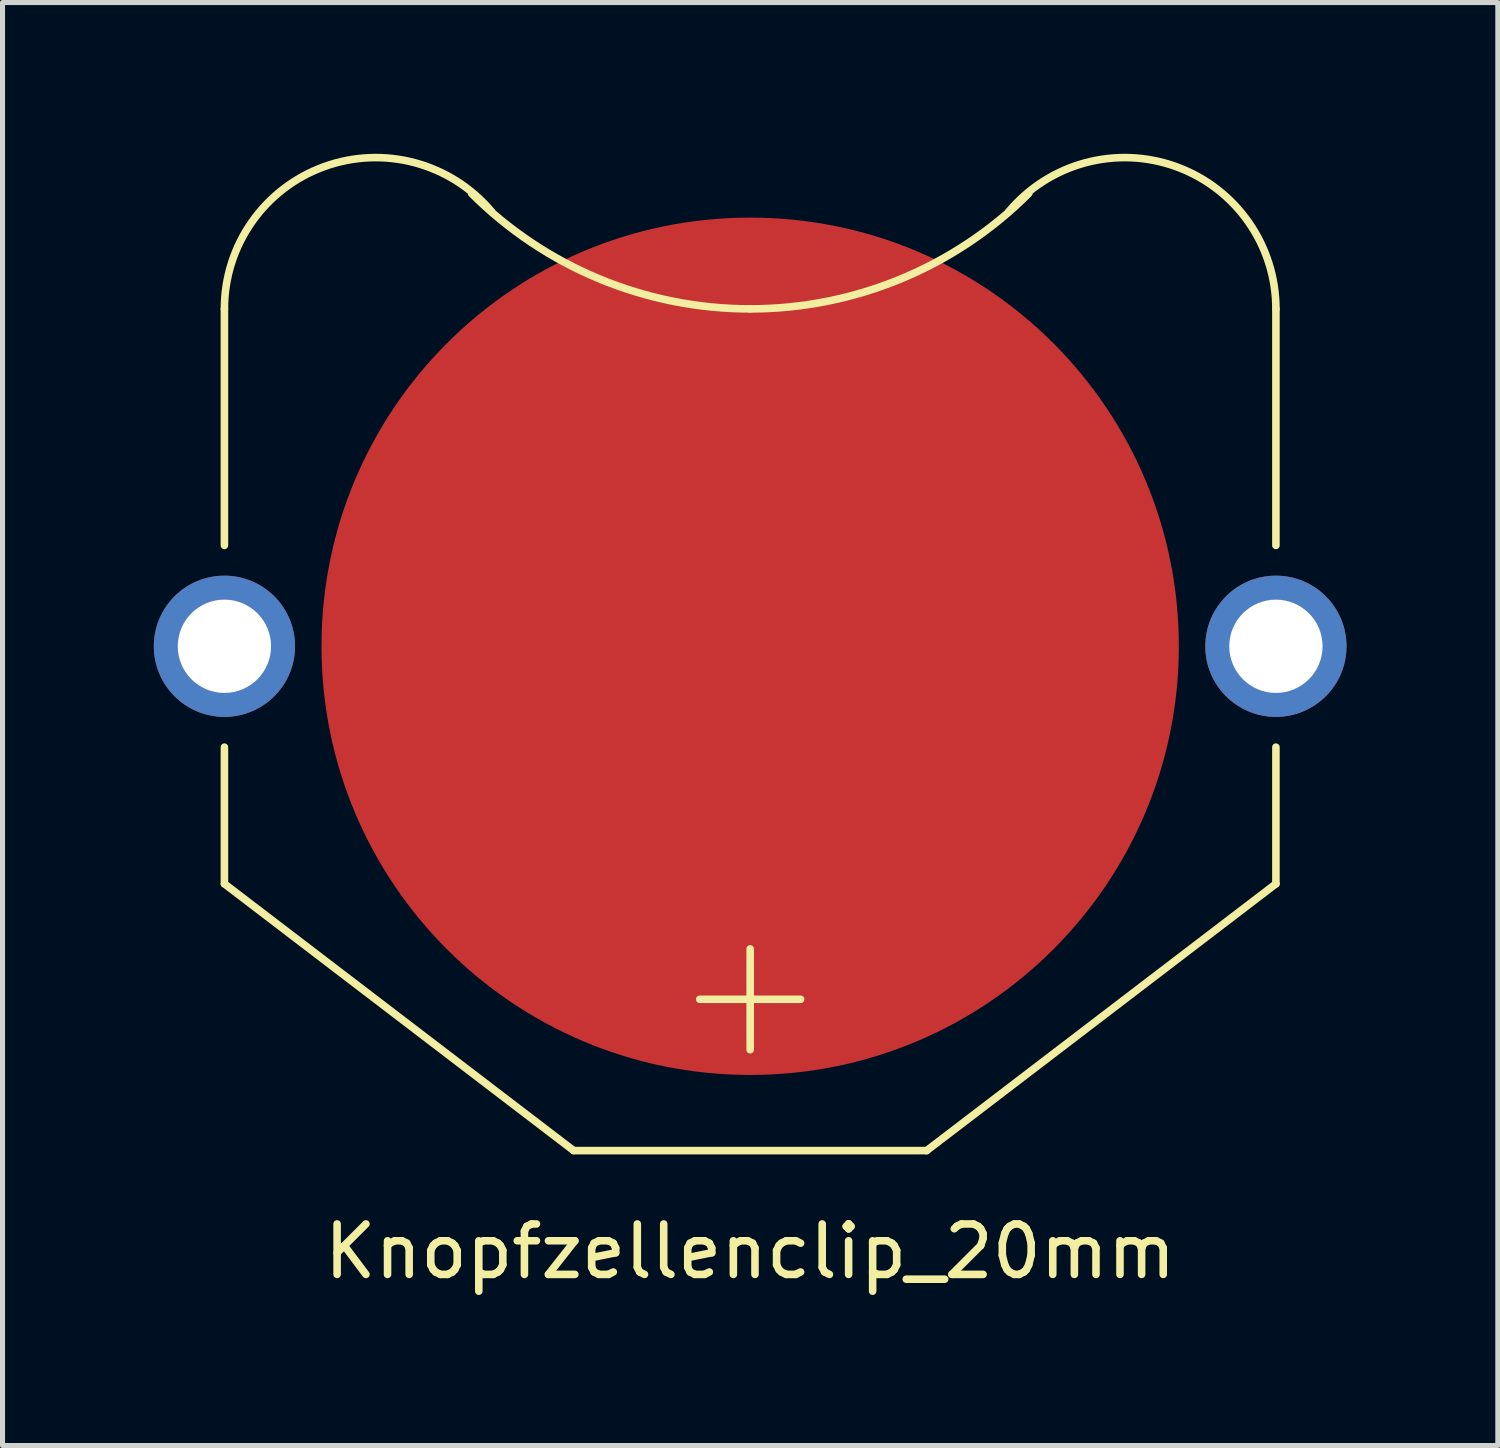
<source format=kicad_pcb>
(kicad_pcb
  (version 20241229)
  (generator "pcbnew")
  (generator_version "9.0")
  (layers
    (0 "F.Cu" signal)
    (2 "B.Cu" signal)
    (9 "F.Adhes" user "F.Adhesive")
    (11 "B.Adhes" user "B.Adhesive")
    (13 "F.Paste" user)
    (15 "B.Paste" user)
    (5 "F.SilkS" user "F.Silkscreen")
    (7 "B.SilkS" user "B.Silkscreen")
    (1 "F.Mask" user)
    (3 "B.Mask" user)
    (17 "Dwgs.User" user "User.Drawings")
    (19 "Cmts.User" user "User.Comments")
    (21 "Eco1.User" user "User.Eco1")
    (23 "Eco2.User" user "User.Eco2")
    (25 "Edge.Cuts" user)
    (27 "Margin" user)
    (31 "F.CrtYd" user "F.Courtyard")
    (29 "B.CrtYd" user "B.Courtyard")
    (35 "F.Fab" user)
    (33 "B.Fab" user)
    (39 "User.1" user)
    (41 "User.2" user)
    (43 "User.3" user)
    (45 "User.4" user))
  (footprint "Knopfzellenclip_20mm"
    (layer "F.Cu")
    (at 11.825 9.765)
    (property "Reference" "Knopfzellenclip_20mm" (at 0 12 0) (layer "F.SilkS") (effects (font (size 1 1) (thickness 0.15))))
    (attr through_hole)
    (fp_line (start -10.425 -2) (end -10.425 -6.69) (stroke (width 0.15) (type solid)) (layer "F.SilkS"))
    (fp_line (start -10.425 2) (end -10.425 4.71) (stroke (width 0.15) (type solid)) (layer "F.SilkS"))
    (fp_line (start -10.425 4.71) (end -3.5 10) (stroke (width 0.15) (type solid)) (layer "F.SilkS"))
    (fp_line (start -3.5 10) (end 3.5 10) (stroke (width 0.15) (type solid)) (layer "F.SilkS"))
    (fp_line (start -1 7) (end 1 7) (stroke (width 0.15) (type solid)) (layer "F.SilkS"))
    (fp_line (start 0 6) (end 0 8) (stroke (width 0.15) (type solid)) (layer "F.SilkS"))
    (fp_line (start 3.5 10) (end 10.425 4.71) (stroke (width 0.15) (type solid)) (layer "F.SilkS"))
    (fp_line (start 10.425 -6.69) (end 10.425 -2) (stroke (width 0.15) (type solid)) (layer "F.SilkS"))
    (fp_line (start 10.425 2) (end 10.425 4.71) (stroke (width 0.15) (type solid)) (layer "F.SilkS"))
    (fp_arc (start -10.425 -6.69) (mid -8.451061 -9.509078) (end -5.126867 -8.618363) (stroke (width 0.15) (type solid)) (layer "F.SilkS"))
    (fp_arc (start 0 -6.69) (mid -2.988758 -7.284501) (end -5.522504 -8.977496) (stroke (width 0.15) (type solid)) (layer "F.SilkS"))
    (fp_arc (start 5.126867 -8.618363) (mid 8.451061 -9.509078) (end 10.425 -6.69) (stroke (width 0.15) (type solid)) (layer "F.SilkS"))
    (fp_arc (start 5.522504 -8.977496) (mid 2.988758 -7.284501) (end 0 -6.69) (stroke (width 0.15) (type solid)) (layer "F.SilkS"))
    (pad "1" thru_hole circle (at -10.425 0) (size 2.8 2.8) (drill 1.85) (layers "*.Cu" "*.Mask"))
    (pad "1" thru_hole circle (at 10.425 0) (size 2.8 2.8) (drill 1.85) (layers "*.Cu" "*.Mask"))
    (pad "2" smd circle (at 0 0) (size 17 17) (layers "F.Cu" "F.Mask" "F.Paste")))
  (gr_rect
    (start -3 -3)
    (end 26.65 25.613)
    (stroke (width 0.1) (type default))
    (fill no)
    (layer "Edge.Cuts")))
</source>
